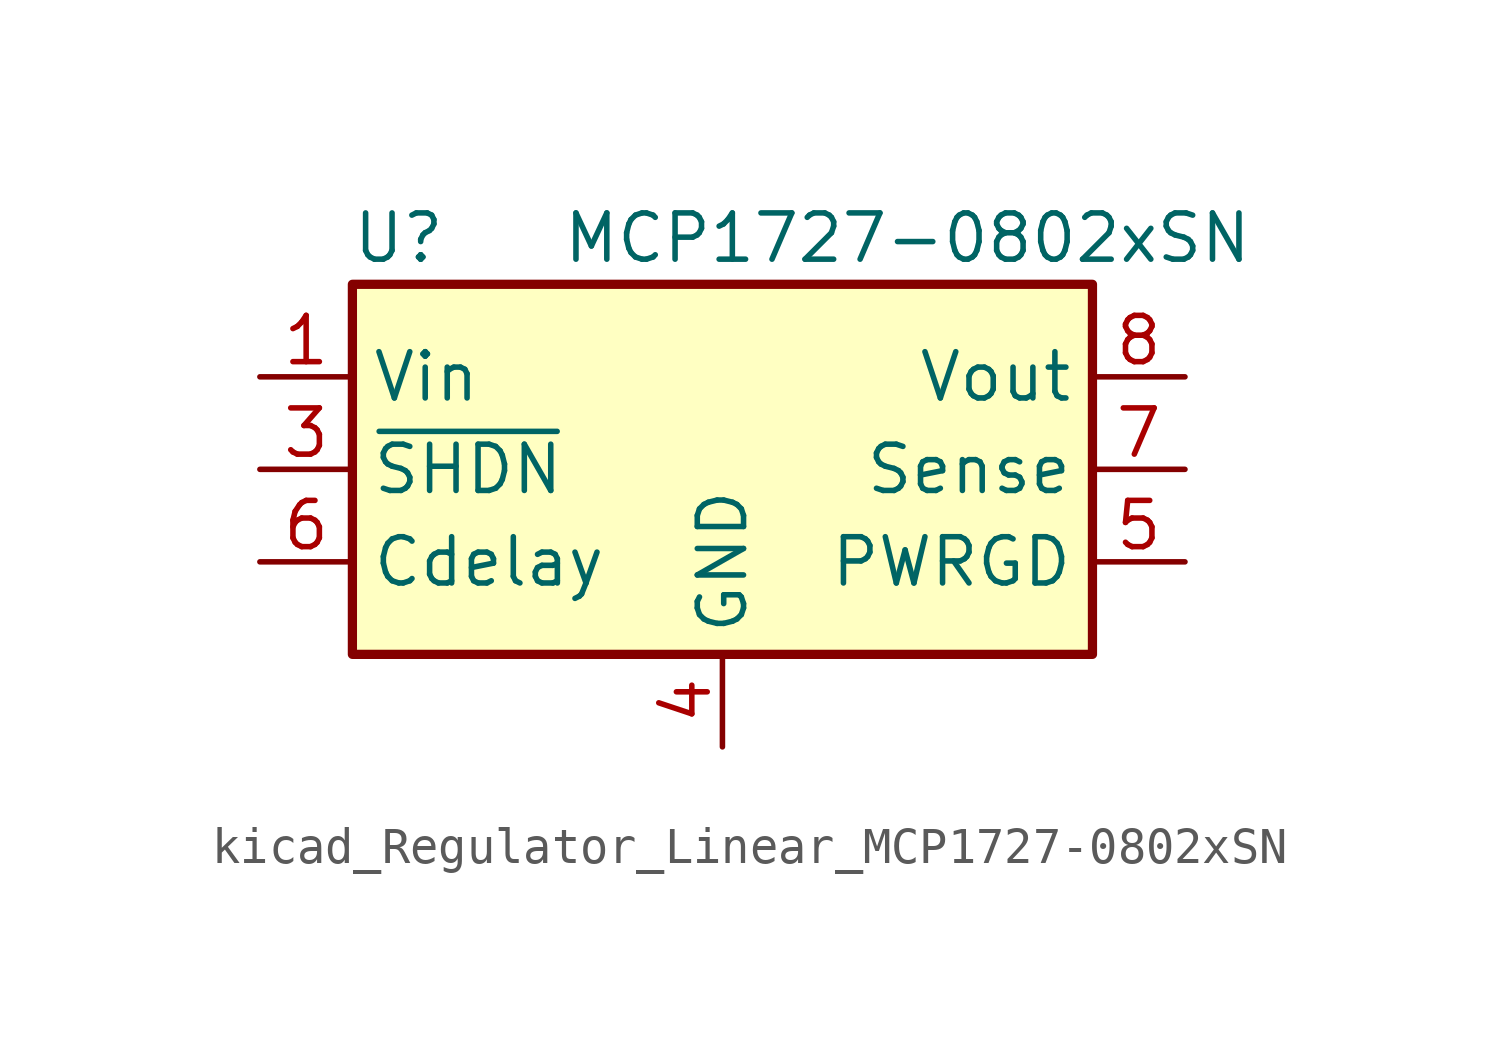
<source format=kicad_sym>
(kicad_symbol_lib
  (version 20220914)
  (generator kicad_symbol_editor)
  (symbol "kicad_Regulator_Linear_MCP1727-0802xSN"
    (property "Reference" "U"
      (at -8.89 6.35 0)
      (effects (font (size 1.27 1.27))))
    (property "Value" "MCP1727-0802xSN"
      (at 5.08 6.35 0)
      (effects (font (size 1.27 1.27))))
    (symbol "kicad_Regulator_Linear_MCP1727-0802xSN_0_0"
      (pin open_collector line (at 12.7 -2.54 180) (length 2.54) (name "PWRGD" (effects (font (size 1.27 1.27)))) (number "5" (effects (font (size 1.27 1.27)))))
      (pin input line (at -12.7 -2.54 0) (length 2.54) (name "Cdelay" (effects (font (size 1.27 1.27)))) (number "6" (effects (font (size 1.27 1.27)))))
      (pin input line (at 12.7 0 180) (length 2.54) (name "Sense" (effects (font (size 1.27 1.27)))) (number "7" (effects (font (size 1.27 1.27)))))
      (pin power_out line (at 12.7 2.54 180) (length 2.54) (name "Vout" (effects (font (size 1.27 1.27)))) (number "8" (effects (font (size 1.27 1.27))))))
    (symbol "kicad_Regulator_Linear_MCP1727-0802xSN_0_1"
      (rectangle (start -10.16 5.08) (end 10.16 -5.08) (stroke (width 0.254) (type default)) (fill (type background))))
    (symbol "kicad_Regulator_Linear_MCP1727-0802xSN_1_1"
      (pin power_in line (at -12.7 2.54 0) (length 2.54) (name "Vin" (effects (font (size 1.27 1.27)))) (number "1" (effects (font (size 1.27 1.27)))))
      (pin passive line (at -12.7 2.54 0) (length 2.54) hide (name "Vin" (effects (font (size 1.27 1.27)))) (number "2" (effects (font (size 1.27 1.27)))))
      (pin input line (at -12.7 0 0) (length 2.54) (name "~{SHDN}" (effects (font (size 1.27 1.27)))) (number "3" (effects (font (size 1.27 1.27)))))
      (pin power_in line (at 0 -7.62 90) (length 2.54) (name "GND" (effects (font (size 1.27 1.27)))) (number "4" (effects (font (size 1.27 1.27))))))))
</source>
